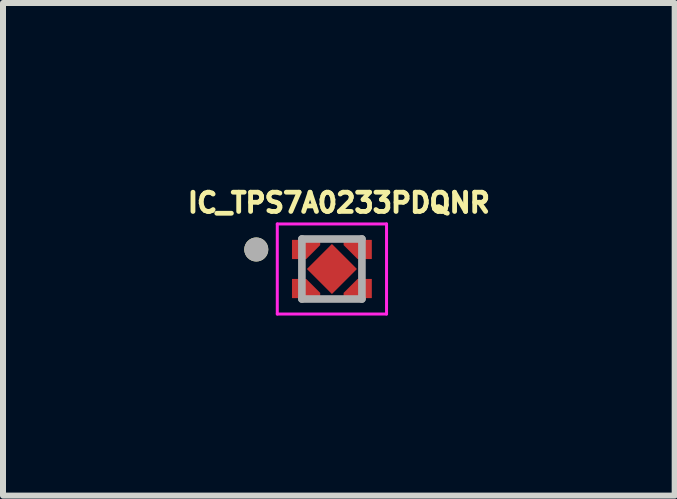
<source format=kicad_pcb>
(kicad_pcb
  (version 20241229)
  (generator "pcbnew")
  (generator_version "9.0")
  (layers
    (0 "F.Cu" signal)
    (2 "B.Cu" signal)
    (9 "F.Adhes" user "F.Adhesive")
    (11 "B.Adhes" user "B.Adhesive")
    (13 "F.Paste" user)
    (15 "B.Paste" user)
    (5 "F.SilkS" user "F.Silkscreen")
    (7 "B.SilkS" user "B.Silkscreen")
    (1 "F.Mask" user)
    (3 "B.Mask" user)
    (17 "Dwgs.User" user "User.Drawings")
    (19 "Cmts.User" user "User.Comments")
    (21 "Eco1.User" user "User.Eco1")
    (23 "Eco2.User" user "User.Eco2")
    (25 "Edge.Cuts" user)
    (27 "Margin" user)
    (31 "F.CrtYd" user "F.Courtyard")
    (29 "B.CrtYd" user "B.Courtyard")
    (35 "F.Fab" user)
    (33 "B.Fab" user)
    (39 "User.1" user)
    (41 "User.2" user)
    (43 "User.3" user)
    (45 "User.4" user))
  (footprint "IC_TPS7A0233PDQNR"
    (layer "F.Cu")
    (at 2.479 1.431)
    (property "Reference" "IC_TPS7A0233PDQNR" (at 0.116 -1.103 0) (layer "F.SilkS") (effects (font (size 0.32 0.32) (thickness 0.15))))
    (attr smd)
    (fp_poly (pts (xy -0.339 0) (xy 0 -0.339) (xy 0.339 0) (xy 0 0.339)) (stroke (width 0.01) (type solid)) (fill yes) (layer "F.Mask"))
    (fp_poly (pts (xy -0.61 -0.43) (xy -0.61 -0.22) (xy -0.43 -0.22) (xy -0.25 -0.4) (xy -0.25 -0.43)) (stroke (width 0.01) (type solid)) (fill yes) (layer "F.Mask"))
    (fp_poly (pts (xy -0.61 0.43) (xy -0.61 0.22) (xy -0.43 0.22) (xy -0.25 0.4) (xy -0.25 0.43)) (stroke (width 0.01) (type solid)) (fill yes) (layer "F.Mask"))
    (fp_poly (pts (xy 0.61 -0.43) (xy 0.61 -0.22) (xy 0.43 -0.22) (xy 0.25 -0.4) (xy 0.25 -0.43)) (stroke (width 0.01) (type solid)) (fill yes) (layer "F.Mask"))
    (fp_poly (pts (xy 0.61 0.43) (xy 0.61 0.22) (xy 0.43 0.22) (xy 0.25 0.4) (xy 0.25 0.43)) (stroke (width 0.01) (type solid)) (fill yes) (layer "F.Mask"))
    (fp_circle (center -1.26 -0.325) (end -1.16 -0.325) (stroke (width 0.2) (type solid)) (fill no) (layer "F.SilkS"))
    (fp_poly (pts (xy 0 0.318) (xy -0.318 0) (xy 0 -0.318) (xy 0.318 0)) (stroke (width 0.01) (type solid)) (fill yes) (layer "F.Paste"))
    (fp_poly (pts (xy -0.65 -0.43) (xy -0.65 -0.22) (xy -0.43 -0.22) (xy -0.25 -0.4) (xy -0.25 -0.43)) (stroke (width 0.01) (type solid)) (fill yes) (layer "F.Paste"))
    (fp_poly (pts (xy -0.65 0.43) (xy -0.65 0.22) (xy -0.43 0.22) (xy -0.25 0.4) (xy -0.25 0.43)) (stroke (width 0.01) (type solid)) (fill yes) (layer "F.Paste"))
    (fp_poly (pts (xy 0.65 -0.43) (xy 0.65 -0.22) (xy 0.43 -0.22) (xy 0.25 -0.4) (xy 0.25 -0.43)) (stroke (width 0.01) (type solid)) (fill yes) (layer "F.Paste"))
    (fp_poly (pts (xy 0.65 0.43) (xy 0.65 0.22) (xy 0.43 0.22) (xy 0.25 0.4) (xy 0.25 0.43)) (stroke (width 0.01) (type solid)) (fill yes) (layer "F.Paste"))
    (fp_line (start -0.91 -0.75) (end 0.91 -0.75) (stroke (width 0.05) (type solid)) (layer "F.CrtYd"))
    (fp_line (start -0.91 0.75) (end -0.91 -0.75) (stroke (width 0.05) (type solid)) (layer "F.CrtYd"))
    (fp_line (start 0.91 -0.75) (end 0.91 0.75) (stroke (width 0.05) (type solid)) (layer "F.CrtYd"))
    (fp_line (start 0.91 0.75) (end -0.91 0.75) (stroke (width 0.05) (type solid)) (layer "F.CrtYd"))
    (fp_line (start -0.5 -0.5) (end 0.5 -0.5) (stroke (width 0.127) (type solid)) (layer "F.Fab"))
    (fp_line (start -0.5 0.5) (end -0.5 -0.5) (stroke (width 0.127) (type solid)) (layer "F.Fab"))
    (fp_line (start 0.5 -0.5) (end 0.5 0.5) (stroke (width 0.127) (type solid)) (layer "F.Fab"))
    (fp_line (start 0.5 0.5) (end -0.5 0.5) (stroke (width 0.127) (type solid)) (layer "F.Fab"))
    (fp_circle (center -1.26 -0.325) (end -1.16 -0.325) (stroke (width 0.2) (type solid)) (fill no) (layer "F.Fab"))
    (pad "1" smd custom (at -0.43 -0.325) (size 0.05 0.05) (layers "F.Cu") (options (anchor rect)) (primitives (gr_poly (pts (xy -0.23 -0.155) (xy -0.23 0.155) (xy 0 0.155) (xy 0.23 -0.075) (xy 0.23 -0.155)) (width 0.01) (fill yes))))
    (pad "2" smd custom (at -0.43 0.325) (size 0.05 0.05) (layers "F.Cu") (options (anchor rect)) (primitives (gr_poly (pts (xy -0.23 0.155) (xy -0.23 -0.155) (xy 0 -0.155) (xy 0.23 0.075) (xy 0.23 0.155)) (width 0.01) (fill yes))))
    (pad "3" smd custom (at 0.43 0.325) (size 0.05 0.05) (layers "F.Cu") (options (anchor rect)) (primitives (gr_poly (pts (xy 0.23 0.155) (xy 0.23 -0.155) (xy 0 -0.155) (xy -0.23 0.075) (xy -0.23 0.155)) (width 0.01) (fill yes))))
    (pad "4" smd custom (at 0.43 -0.325) (size 0.05 0.05) (layers "F.Cu") (options (anchor rect)) (primitives (gr_poly (pts (xy 0.23 -0.155) (xy 0.23 0.155) (xy 0 0.155) (xy -0.23 -0.075) (xy -0.23 -0.155)) (width 0.01) (fill yes))))
    (pad "5" smd custom (at 0 0) (size 0.05 0.05) (layers "F.Cu") (options (anchor rect)) (primitives (gr_poly (pts (xy -0.41 0) (xy 0 -0.41) (xy 0.41 0) (xy 0 0.41)) (width 0.01) (fill yes)))))
  (gr_rect
    (start -3 -3)
    (end 8.189 5.206)
    (stroke (width 0.1) (type default))
    (fill no)
    (layer "Edge.Cuts")))
</source>
